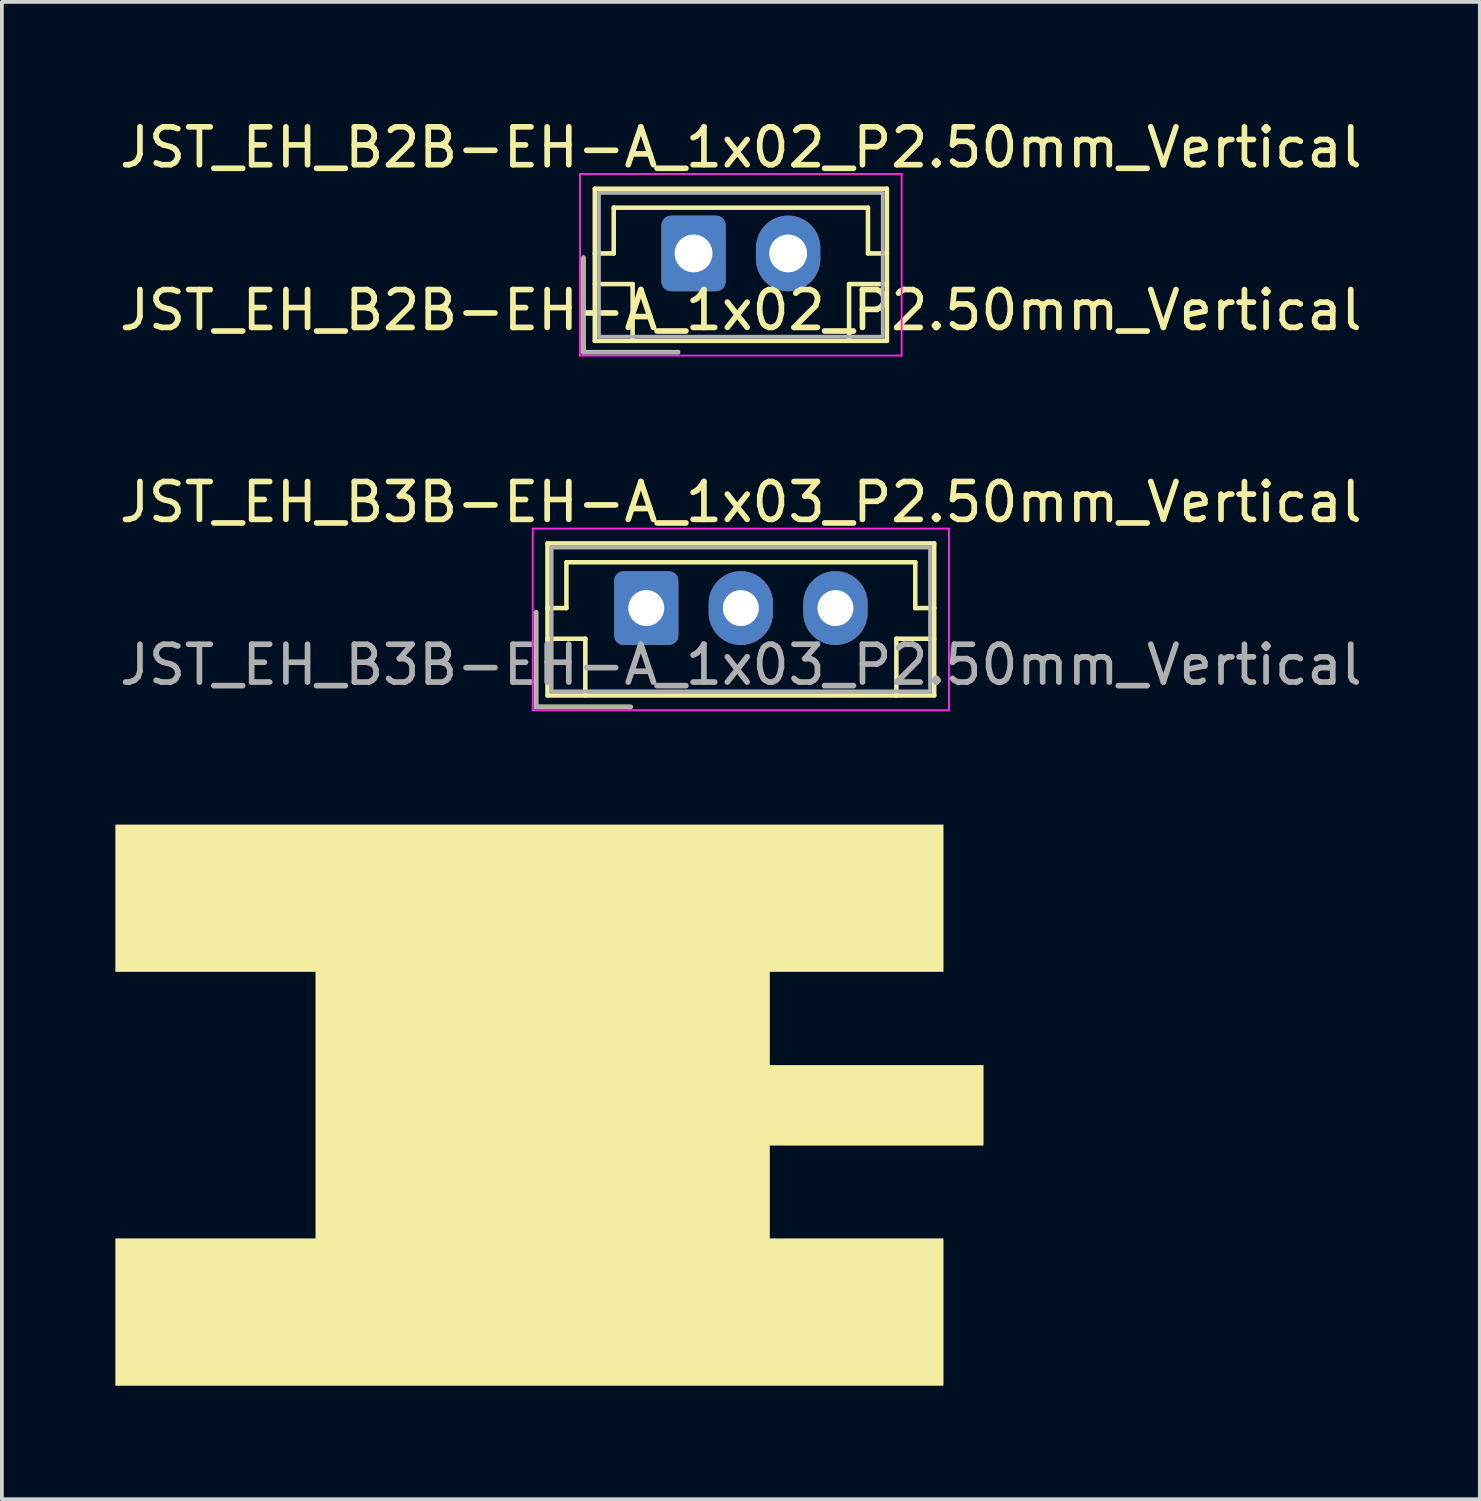
<source format=kicad_pcb>
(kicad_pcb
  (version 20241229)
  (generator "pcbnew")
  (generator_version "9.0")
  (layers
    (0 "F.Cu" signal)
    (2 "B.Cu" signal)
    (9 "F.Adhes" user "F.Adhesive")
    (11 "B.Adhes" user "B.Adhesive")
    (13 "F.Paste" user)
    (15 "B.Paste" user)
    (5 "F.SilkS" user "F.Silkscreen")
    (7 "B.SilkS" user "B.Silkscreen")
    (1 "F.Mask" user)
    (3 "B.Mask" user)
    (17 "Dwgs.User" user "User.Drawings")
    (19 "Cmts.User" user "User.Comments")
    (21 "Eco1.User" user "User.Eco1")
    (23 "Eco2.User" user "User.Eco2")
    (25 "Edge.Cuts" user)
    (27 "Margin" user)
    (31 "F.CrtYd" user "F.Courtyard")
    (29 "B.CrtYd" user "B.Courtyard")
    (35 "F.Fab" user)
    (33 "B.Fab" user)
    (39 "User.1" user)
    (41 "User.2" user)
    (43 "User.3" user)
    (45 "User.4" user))
  (footprint "JST_EH_B3B-EH-A_1x03_P2.50mm_Vertical"
    (layer "F.Cu")
    (at 14.03 13.021)
    (property "Reference" "JST_EH_B3B-EH-A_1x03_P2.50mm_Vertical" (at 2.5 -2.8 0) (layer "F.SilkS") (effects (font (size 1 1) (thickness 0.15))))
    (attr through_hole)
    (fp_line (start -2.91 0.11) (end -2.91 2.61) (stroke (width 0.12) (type solid)) (layer "F.SilkS"))
    (fp_line (start -2.91 2.61) (end -0.41 2.61) (stroke (width 0.12) (type solid)) (layer "F.SilkS"))
    (fp_line (start -2.61 -1.71) (end -2.61 2.31) (stroke (width 0.12) (type solid)) (layer "F.SilkS"))
    (fp_line (start -2.61 0) (end -2.11 0) (stroke (width 0.12) (type solid)) (layer "F.SilkS"))
    (fp_line (start -2.61 0.81) (end -1.61 0.81) (stroke (width 0.12) (type solid)) (layer "F.SilkS"))
    (fp_line (start -2.61 2.31) (end 7.61 2.31) (stroke (width 0.12) (type solid)) (layer "F.SilkS"))
    (fp_line (start -2.11 -1.21) (end 7.11 -1.21) (stroke (width 0.12) (type solid)) (layer "F.SilkS"))
    (fp_line (start -2.11 0) (end -2.11 -1.21) (stroke (width 0.12) (type solid)) (layer "F.SilkS"))
    (fp_line (start -1.61 0.81) (end -1.61 2.31) (stroke (width 0.12) (type solid)) (layer "F.SilkS"))
    (fp_line (start 6.61 0.81) (end 6.61 2.31) (stroke (width 0.12) (type solid)) (layer "F.SilkS"))
    (fp_line (start 7.11 -1.21) (end 7.11 0) (stroke (width 0.12) (type solid)) (layer "F.SilkS"))
    (fp_line (start 7.11 0) (end 7.61 0) (stroke (width 0.12) (type solid)) (layer "F.SilkS"))
    (fp_line (start 7.61 -1.71) (end -2.61 -1.71) (stroke (width 0.12) (type solid)) (layer "F.SilkS"))
    (fp_line (start 7.61 0.81) (end 6.61 0.81) (stroke (width 0.12) (type solid)) (layer "F.SilkS"))
    (fp_line (start 7.61 2.31) (end 7.61 -1.71) (stroke (width 0.12) (type solid)) (layer "F.SilkS"))
    (fp_line (start -3 -2.1) (end -3 2.7) (stroke (width 0.05) (type solid)) (layer "F.CrtYd"))
    (fp_line (start -3 2.7) (end 8 2.7) (stroke (width 0.05) (type solid)) (layer "F.CrtYd"))
    (fp_line (start 8 -2.1) (end -3 -2.1) (stroke (width 0.05) (type solid)) (layer "F.CrtYd"))
    (fp_line (start 8 2.7) (end 8 -2.1) (stroke (width 0.05) (type solid)) (layer "F.CrtYd"))
    (fp_line (start -2.91 0.11) (end -2.91 2.61) (stroke (width 0.1) (type solid)) (layer "F.Fab"))
    (fp_line (start -2.91 2.61) (end -0.41 2.61) (stroke (width 0.1) (type solid)) (layer "F.Fab"))
    (fp_line (start -2.5 -1.6) (end -2.5 2.2) (stroke (width 0.1) (type solid)) (layer "F.Fab"))
    (fp_line (start -2.5 2.2) (end 7.5 2.2) (stroke (width 0.1) (type solid)) (layer "F.Fab"))
    (fp_line (start 7.5 -1.6) (end -2.5 -1.6) (stroke (width 0.1) (type solid)) (layer "F.Fab"))
    (fp_line (start 7.5 2.2) (end 7.5 -1.6) (stroke (width 0.1) (type solid)) (layer "F.Fab"))
    (fp_text user "${REFERENCE}" (at 2.5 1.5 0) (layer "F.Fab") (effects (font (size 1 1) (thickness 0.15))))
    (pad "1" thru_hole roundrect (at 0 0) (size 1.7 1.95) (drill 0.95) (layers "*.Cu" "*.Mask") (roundrect_rratio 0.147))
    (pad "2" thru_hole oval (at 2.5 0) (size 1.7 1.95) (drill 0.95) (layers "*.Cu" "*.Mask"))
    (pad "3" thru_hole oval (at 5 0) (size 1.7 1.95) (drill 0.95) (layers "*.Cu" "*.Mask")))
  (footprint "JST_EH_B2B-EH-A_1x02_P2.50mm_Vertical"
    (layer "F.Cu")
    (at 15.28 3.648)
    (property "Reference" "JST_EH_B2B-EH-A_1x02_P2.50mm_Vertical" (at 1.25 -2.8 0) (layer "F.SilkS") (effects (font (size 1 1) (thickness 0.15))))
    (attr through_hole)
    (fp_line (start -2.91 0.11) (end -2.91 2.61) (stroke (width 0.12) (type solid)) (layer "F.SilkS"))
    (fp_line (start -2.91 2.61) (end -0.41 2.61) (stroke (width 0.12) (type solid)) (layer "F.SilkS"))
    (fp_line (start -2.61 -1.71) (end -2.61 2.31) (stroke (width 0.12) (type solid)) (layer "F.SilkS"))
    (fp_line (start -2.61 0) (end -2.11 0) (stroke (width 0.12) (type solid)) (layer "F.SilkS"))
    (fp_line (start -2.61 0.81) (end -1.61 0.81) (stroke (width 0.12) (type solid)) (layer "F.SilkS"))
    (fp_line (start -2.61 2.31) (end 5.11 2.31) (stroke (width 0.12) (type solid)) (layer "F.SilkS"))
    (fp_line (start -2.11 -1.21) (end 4.61 -1.21) (stroke (width 0.12) (type solid)) (layer "F.SilkS"))
    (fp_line (start -2.11 0) (end -2.11 -1.21) (stroke (width 0.12) (type solid)) (layer "F.SilkS"))
    (fp_line (start -1.61 0.81) (end -1.61 2.31) (stroke (width 0.12) (type solid)) (layer "F.SilkS"))
    (fp_line (start 4.11 0.81) (end 4.11 2.31) (stroke (width 0.12) (type solid)) (layer "F.SilkS"))
    (fp_line (start 4.61 -1.21) (end 4.61 0) (stroke (width 0.12) (type solid)) (layer "F.SilkS"))
    (fp_line (start 4.61 0) (end 5.11 0) (stroke (width 0.12) (type solid)) (layer "F.SilkS"))
    (fp_line (start 5.11 -1.71) (end -2.61 -1.71) (stroke (width 0.12) (type solid)) (layer "F.SilkS"))
    (fp_line (start 5.11 0.81) (end 4.11 0.81) (stroke (width 0.12) (type solid)) (layer "F.SilkS"))
    (fp_line (start 5.11 2.31) (end 5.11 -1.71) (stroke (width 0.12) (type solid)) (layer "F.SilkS"))
    (fp_line (start -3 -2.1) (end -3 2.7) (stroke (width 0.05) (type solid)) (layer "F.CrtYd"))
    (fp_line (start -3 2.7) (end 5.5 2.7) (stroke (width 0.05) (type solid)) (layer "F.CrtYd"))
    (fp_line (start 5.5 -2.1) (end -3 -2.1) (stroke (width 0.05) (type solid)) (layer "F.CrtYd"))
    (fp_line (start 5.5 2.7) (end 5.5 -2.1) (stroke (width 0.05) (type solid)) (layer "F.CrtYd"))
    (fp_line (start -2.91 0.11) (end -2.91 2.61) (stroke (width 0.1) (type solid)) (layer "F.Fab"))
    (fp_line (start -2.91 2.61) (end -0.41 2.61) (stroke (width 0.1) (type solid)) (layer "F.Fab"))
    (fp_line (start -2.5 -1.6) (end -2.5 2.2) (stroke (width 0.1) (type solid)) (layer "F.Fab"))
    (fp_line (start -2.5 2.2) (end 5 2.2) (stroke (width 0.1) (type solid)) (layer "F.Fab"))
    (fp_line (start 5 -1.6) (end -2.5 -1.6) (stroke (width 0.1) (type solid)) (layer "F.Fab"))
    (fp_line (start 5 2.2) (end 5 -1.6) (stroke (width 0.1) (type solid)) (layer "F.Fab"))
    (fp_text user "${REFERENCE}" (at 1.25 1.5 0) (layer "F.SilkS") (effects (font (size 1 1) (thickness 0.15))))
    (pad "1" thru_hole roundrect (at 0 0) (size 1.7 2) (drill 1) (layers "*.Cu" "*.Mask") (roundrect_rratio 0.147))
    (pad "2" thru_hole oval (at 2.5 0) (size 1.7 2) (drill 1) (layers "*.Cu" "*.Mask")))
  (footprint "miar_logo"
    (layer "F.Cu")
    (at 11.294 25.807)
    (property "Reference" "miar_logo" (at 0 0 0) (layer "F.SilkS") (effects (font (size 1.524 1.524) (thickness 0.3))))
    (attr through_hole)
    (fp_poly (pts (xy 10.583 -3.175) (xy 5.997 -3.175) (xy 5.997 -0.706) (xy 11.642 -0.706) (xy 11.642 1.411) (xy 5.997 1.411) (xy 5.997 3.881) (xy 10.583 3.881) (xy 10.583 7.761) (xy -11.289 7.761) (xy -11.289 3.881) (xy -5.997 3.881) (xy -5.997 -3.175) (xy -11.289 -3.175) (xy -11.289 -7.056) (xy 10.583 -7.056) (xy 10.583 -3.175)) (stroke (width 0.01) (type solid)) (fill yes) (layer "F.SilkS")))
  (gr_rect
    (start -3 -3)
    (end 36.06 36.573)
    (stroke (width 0.1) (type default))
    (fill no)
    (layer "Edge.Cuts")))
</source>
